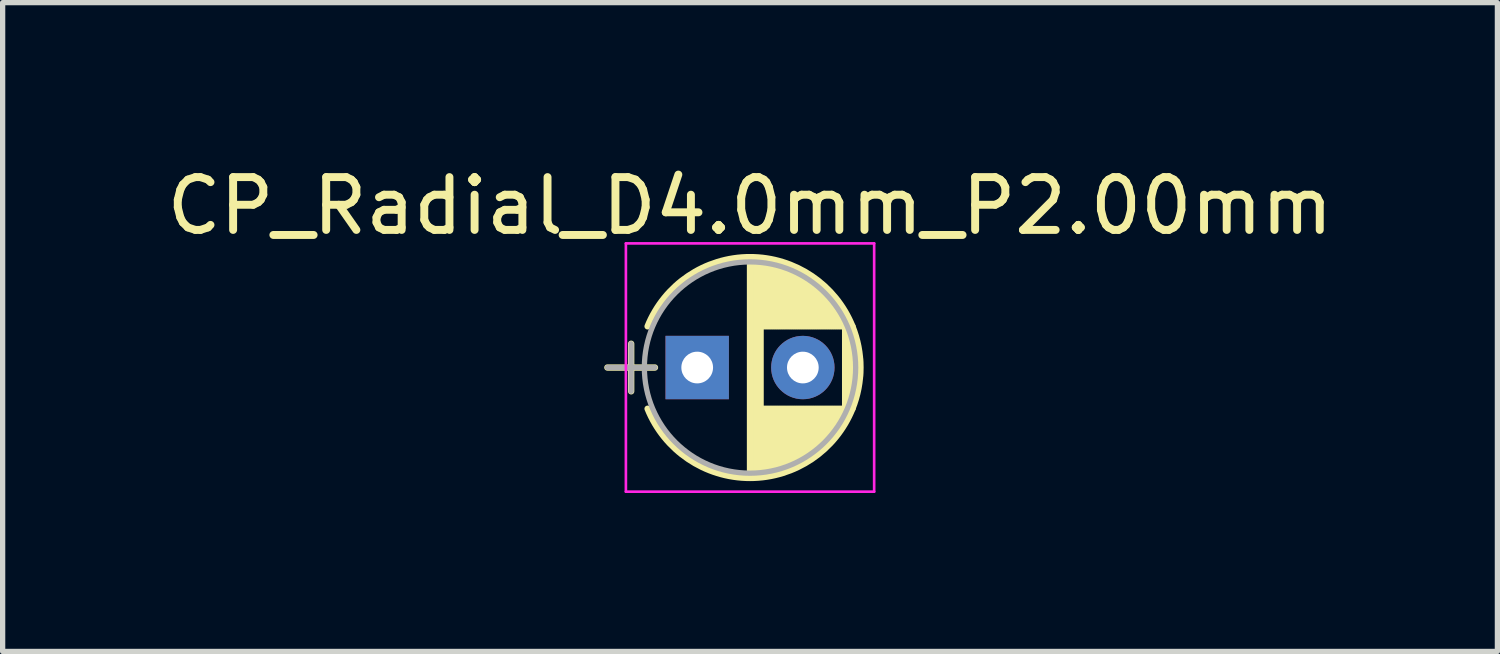
<source format=kicad_pcb>
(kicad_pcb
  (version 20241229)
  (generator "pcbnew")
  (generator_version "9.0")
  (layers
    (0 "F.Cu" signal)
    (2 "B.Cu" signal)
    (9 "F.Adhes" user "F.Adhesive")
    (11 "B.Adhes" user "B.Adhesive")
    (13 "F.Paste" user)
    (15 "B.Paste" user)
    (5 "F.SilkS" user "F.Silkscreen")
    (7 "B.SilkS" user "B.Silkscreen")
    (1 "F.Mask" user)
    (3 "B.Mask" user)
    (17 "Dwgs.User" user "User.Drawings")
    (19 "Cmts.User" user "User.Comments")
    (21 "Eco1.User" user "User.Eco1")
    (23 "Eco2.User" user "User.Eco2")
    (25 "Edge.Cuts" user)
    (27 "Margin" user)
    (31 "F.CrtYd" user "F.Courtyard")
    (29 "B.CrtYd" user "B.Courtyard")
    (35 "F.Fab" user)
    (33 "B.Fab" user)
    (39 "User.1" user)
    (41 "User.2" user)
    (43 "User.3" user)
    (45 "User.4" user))
  (footprint "CP_Radial_D4.0mm_P2.00mm"
    (layer "F.Cu")
    (at 10.149 3.908)
    (property "Reference" "CP_Radial_D4.0mm_P2.00mm" (at 1 -3.06 0) (layer "F.SilkS") (effects (font (size 1 1) (thickness 0.15))))
    (attr through_hole)
    (fp_line (start -1.7 0) (end -0.8 0) (stroke (width 0.12) (type solid)) (layer "F.SilkS"))
    (fp_line (start -1.25 -0.45) (end -1.25 0.45) (stroke (width 0.12) (type solid)) (layer "F.SilkS"))
    (fp_line (start 1 -2.05) (end 1 2.05) (stroke (width 0.12) (type solid)) (layer "F.SilkS"))
    (fp_line (start 1.04 -2.05) (end 1.04 2.05) (stroke (width 0.12) (type solid)) (layer "F.SilkS"))
    (fp_line (start 1.08 -2.049) (end 1.08 2.049) (stroke (width 0.12) (type solid)) (layer "F.SilkS"))
    (fp_line (start 1.12 -2.047) (end 1.12 2.047) (stroke (width 0.12) (type solid)) (layer "F.SilkS"))
    (fp_line (start 1.16 -2.044) (end 1.16 2.044) (stroke (width 0.12) (type solid)) (layer "F.SilkS"))
    (fp_line (start 1.2 -2.041) (end 1.2 2.041) (stroke (width 0.12) (type solid)) (layer "F.SilkS"))
    (fp_line (start 1.24 -2.037) (end 1.24 -0.78) (stroke (width 0.12) (type solid)) (layer "F.SilkS"))
    (fp_line (start 1.24 0.78) (end 1.24 2.037) (stroke (width 0.12) (type solid)) (layer "F.SilkS"))
    (fp_line (start 1.28 -2.032) (end 1.28 -0.78) (stroke (width 0.12) (type solid)) (layer "F.SilkS"))
    (fp_line (start 1.28 0.78) (end 1.28 2.032) (stroke (width 0.12) (type solid)) (layer "F.SilkS"))
    (fp_line (start 1.32 -2.026) (end 1.32 -0.78) (stroke (width 0.12) (type solid)) (layer "F.SilkS"))
    (fp_line (start 1.32 0.78) (end 1.32 2.026) (stroke (width 0.12) (type solid)) (layer "F.SilkS"))
    (fp_line (start 1.36 -2.019) (end 1.36 -0.78) (stroke (width 0.12) (type solid)) (layer "F.SilkS"))
    (fp_line (start 1.36 0.78) (end 1.36 2.019) (stroke (width 0.12) (type solid)) (layer "F.SilkS"))
    (fp_line (start 1.4 -2.012) (end 1.4 -0.78) (stroke (width 0.12) (type solid)) (layer "F.SilkS"))
    (fp_line (start 1.4 0.78) (end 1.4 2.012) (stroke (width 0.12) (type solid)) (layer "F.SilkS"))
    (fp_line (start 1.44 -2.004) (end 1.44 -0.78) (stroke (width 0.12) (type solid)) (layer "F.SilkS"))
    (fp_line (start 1.44 0.78) (end 1.44 2.004) (stroke (width 0.12) (type solid)) (layer "F.SilkS"))
    (fp_line (start 1.48 -1.995) (end 1.48 -0.78) (stroke (width 0.12) (type solid)) (layer "F.SilkS"))
    (fp_line (start 1.48 0.78) (end 1.48 1.995) (stroke (width 0.12) (type solid)) (layer "F.SilkS"))
    (fp_line (start 1.52 -1.985) (end 1.52 -0.78) (stroke (width 0.12) (type solid)) (layer "F.SilkS"))
    (fp_line (start 1.52 0.78) (end 1.52 1.985) (stroke (width 0.12) (type solid)) (layer "F.SilkS"))
    (fp_line (start 1.56 -1.974) (end 1.56 -0.78) (stroke (width 0.12) (type solid)) (layer "F.SilkS"))
    (fp_line (start 1.56 0.78) (end 1.56 1.974) (stroke (width 0.12) (type solid)) (layer "F.SilkS"))
    (fp_line (start 1.6 -1.963) (end 1.6 -0.78) (stroke (width 0.12) (type solid)) (layer "F.SilkS"))
    (fp_line (start 1.6 0.78) (end 1.6 1.963) (stroke (width 0.12) (type solid)) (layer "F.SilkS"))
    (fp_line (start 1.64 -1.95) (end 1.64 -0.78) (stroke (width 0.12) (type solid)) (layer "F.SilkS"))
    (fp_line (start 1.64 0.78) (end 1.64 1.95) (stroke (width 0.12) (type solid)) (layer "F.SilkS"))
    (fp_line (start 1.68 -1.937) (end 1.68 -0.78) (stroke (width 0.12) (type solid)) (layer "F.SilkS"))
    (fp_line (start 1.68 0.78) (end 1.68 1.937) (stroke (width 0.12) (type solid)) (layer "F.SilkS"))
    (fp_line (start 1.721 -1.923) (end 1.721 -0.78) (stroke (width 0.12) (type solid)) (layer "F.SilkS"))
    (fp_line (start 1.721 0.78) (end 1.721 1.923) (stroke (width 0.12) (type solid)) (layer "F.SilkS"))
    (fp_line (start 1.761 -1.907) (end 1.761 -0.78) (stroke (width 0.12) (type solid)) (layer "F.SilkS"))
    (fp_line (start 1.761 0.78) (end 1.761 1.907) (stroke (width 0.12) (type solid)) (layer "F.SilkS"))
    (fp_line (start 1.801 -1.891) (end 1.801 -0.78) (stroke (width 0.12) (type solid)) (layer "F.SilkS"))
    (fp_line (start 1.801 0.78) (end 1.801 1.891) (stroke (width 0.12) (type solid)) (layer "F.SilkS"))
    (fp_line (start 1.841 -1.874) (end 1.841 -0.78) (stroke (width 0.12) (type solid)) (layer "F.SilkS"))
    (fp_line (start 1.841 0.78) (end 1.841 1.874) (stroke (width 0.12) (type solid)) (layer "F.SilkS"))
    (fp_line (start 1.881 -1.856) (end 1.881 -0.78) (stroke (width 0.12) (type solid)) (layer "F.SilkS"))
    (fp_line (start 1.881 0.78) (end 1.881 1.856) (stroke (width 0.12) (type solid)) (layer "F.SilkS"))
    (fp_line (start 1.921 -1.837) (end 1.921 -0.78) (stroke (width 0.12) (type solid)) (layer "F.SilkS"))
    (fp_line (start 1.921 0.78) (end 1.921 1.837) (stroke (width 0.12) (type solid)) (layer "F.SilkS"))
    (fp_line (start 1.961 -1.817) (end 1.961 -0.78) (stroke (width 0.12) (type solid)) (layer "F.SilkS"))
    (fp_line (start 1.961 0.78) (end 1.961 1.817) (stroke (width 0.12) (type solid)) (layer "F.SilkS"))
    (fp_line (start 2.001 -1.796) (end 2.001 -0.78) (stroke (width 0.12) (type solid)) (layer "F.SilkS"))
    (fp_line (start 2.001 0.78) (end 2.001 1.796) (stroke (width 0.12) (type solid)) (layer "F.SilkS"))
    (fp_line (start 2.041 -1.773) (end 2.041 -0.78) (stroke (width 0.12) (type solid)) (layer "F.SilkS"))
    (fp_line (start 2.041 0.78) (end 2.041 1.773) (stroke (width 0.12) (type solid)) (layer "F.SilkS"))
    (fp_line (start 2.081 -1.75) (end 2.081 -0.78) (stroke (width 0.12) (type solid)) (layer "F.SilkS"))
    (fp_line (start 2.081 0.78) (end 2.081 1.75) (stroke (width 0.12) (type solid)) (layer "F.SilkS"))
    (fp_line (start 2.121 -1.725) (end 2.121 -0.78) (stroke (width 0.12) (type solid)) (layer "F.SilkS"))
    (fp_line (start 2.121 0.78) (end 2.121 1.725) (stroke (width 0.12) (type solid)) (layer "F.SilkS"))
    (fp_line (start 2.161 -1.699) (end 2.161 -0.78) (stroke (width 0.12) (type solid)) (layer "F.SilkS"))
    (fp_line (start 2.161 0.78) (end 2.161 1.699) (stroke (width 0.12) (type solid)) (layer "F.SilkS"))
    (fp_line (start 2.201 -1.672) (end 2.201 -0.78) (stroke (width 0.12) (type solid)) (layer "F.SilkS"))
    (fp_line (start 2.201 0.78) (end 2.201 1.672) (stroke (width 0.12) (type solid)) (layer "F.SilkS"))
    (fp_line (start 2.241 -1.643) (end 2.241 -0.78) (stroke (width 0.12) (type solid)) (layer "F.SilkS"))
    (fp_line (start 2.241 0.78) (end 2.241 1.643) (stroke (width 0.12) (type solid)) (layer "F.SilkS"))
    (fp_line (start 2.281 -1.613) (end 2.281 -0.78) (stroke (width 0.12) (type solid)) (layer "F.SilkS"))
    (fp_line (start 2.281 0.78) (end 2.281 1.613) (stroke (width 0.12) (type solid)) (layer "F.SilkS"))
    (fp_line (start 2.321 -1.581) (end 2.321 -0.78) (stroke (width 0.12) (type solid)) (layer "F.SilkS"))
    (fp_line (start 2.321 0.78) (end 2.321 1.581) (stroke (width 0.12) (type solid)) (layer "F.SilkS"))
    (fp_line (start 2.361 -1.547) (end 2.361 -0.78) (stroke (width 0.12) (type solid)) (layer "F.SilkS"))
    (fp_line (start 2.361 0.78) (end 2.361 1.547) (stroke (width 0.12) (type solid)) (layer "F.SilkS"))
    (fp_line (start 2.401 -1.512) (end 2.401 -0.78) (stroke (width 0.12) (type solid)) (layer "F.SilkS"))
    (fp_line (start 2.401 0.78) (end 2.401 1.512) (stroke (width 0.12) (type solid)) (layer "F.SilkS"))
    (fp_line (start 2.441 -1.475) (end 2.441 -0.78) (stroke (width 0.12) (type solid)) (layer "F.SilkS"))
    (fp_line (start 2.441 0.78) (end 2.441 1.475) (stroke (width 0.12) (type solid)) (layer "F.SilkS"))
    (fp_line (start 2.481 -1.436) (end 2.481 -0.78) (stroke (width 0.12) (type solid)) (layer "F.SilkS"))
    (fp_line (start 2.481 0.78) (end 2.481 1.436) (stroke (width 0.12) (type solid)) (layer "F.SilkS"))
    (fp_line (start 2.521 -1.395) (end 2.521 -0.78) (stroke (width 0.12) (type solid)) (layer "F.SilkS"))
    (fp_line (start 2.521 0.78) (end 2.521 1.395) (stroke (width 0.12) (type solid)) (layer "F.SilkS"))
    (fp_line (start 2.561 -1.351) (end 2.561 -0.78) (stroke (width 0.12) (type solid)) (layer "F.SilkS"))
    (fp_line (start 2.561 0.78) (end 2.561 1.351) (stroke (width 0.12) (type solid)) (layer "F.SilkS"))
    (fp_line (start 2.601 -1.305) (end 2.601 -0.78) (stroke (width 0.12) (type solid)) (layer "F.SilkS"))
    (fp_line (start 2.601 0.78) (end 2.601 1.305) (stroke (width 0.12) (type solid)) (layer "F.SilkS"))
    (fp_line (start 2.641 -1.256) (end 2.641 -0.78) (stroke (width 0.12) (type solid)) (layer "F.SilkS"))
    (fp_line (start 2.641 0.78) (end 2.641 1.256) (stroke (width 0.12) (type solid)) (layer "F.SilkS"))
    (fp_line (start 2.681 -1.204) (end 2.681 -0.78) (stroke (width 0.12) (type solid)) (layer "F.SilkS"))
    (fp_line (start 2.681 0.78) (end 2.681 1.204) (stroke (width 0.12) (type solid)) (layer "F.SilkS"))
    (fp_line (start 2.721 -1.148) (end 2.721 -0.78) (stroke (width 0.12) (type solid)) (layer "F.SilkS"))
    (fp_line (start 2.721 0.78) (end 2.721 1.148) (stroke (width 0.12) (type solid)) (layer "F.SilkS"))
    (fp_line (start 2.761 -1.088) (end 2.761 -0.78) (stroke (width 0.12) (type solid)) (layer "F.SilkS"))
    (fp_line (start 2.761 0.78) (end 2.761 1.088) (stroke (width 0.12) (type solid)) (layer "F.SilkS"))
    (fp_line (start 2.801 -1.023) (end 2.801 1.023) (stroke (width 0.12) (type solid)) (layer "F.SilkS"))
    (fp_line (start 2.841 -0.952) (end 2.841 0.952) (stroke (width 0.12) (type solid)) (layer "F.SilkS"))
    (fp_line (start 2.881 -0.874) (end 2.881 0.874) (stroke (width 0.12) (type solid)) (layer "F.SilkS"))
    (fp_line (start 2.921 -0.786) (end 2.921 0.786) (stroke (width 0.12) (type solid)) (layer "F.SilkS"))
    (fp_line (start 2.961 -0.686) (end 2.961 0.686) (stroke (width 0.12) (type solid)) (layer "F.SilkS"))
    (fp_line (start 3.001 -0.567) (end 3.001 0.567) (stroke (width 0.12) (type solid)) (layer "F.SilkS"))
    (fp_line (start 3.041 -0.415) (end 3.041 0.415) (stroke (width 0.12) (type solid)) (layer "F.SilkS"))
    (fp_line (start 3.081 -0.165) (end 3.081 0.165) (stroke (width 0.12) (type solid)) (layer "F.SilkS"))
    (fp_arc (start -0.938995 -0.78) (mid 1.000491 -2.09) (end 2.939361 -0.779089) (stroke (width 0.12) (type solid)) (layer "F.SilkS"))
    (fp_arc (start 2.938995 -0.78) (mid 3.09 -0.000491) (end 2.939361 0.779089) (stroke (width 0.12) (type solid)) (layer "F.SilkS"))
    (fp_arc (start 2.939361 0.779089) (mid 1.000491 2.09) (end -0.938995 0.78) (stroke (width 0.12) (type solid)) (layer "F.SilkS"))
    (fp_line (start -1.35 -2.35) (end -1.35 2.35) (stroke (width 0.05) (type solid)) (layer "F.CrtYd"))
    (fp_line (start -1.35 2.35) (end 3.35 2.35) (stroke (width 0.05) (type solid)) (layer "F.CrtYd"))
    (fp_line (start 3.35 -2.35) (end -1.35 -2.35) (stroke (width 0.05) (type solid)) (layer "F.CrtYd"))
    (fp_line (start 3.35 2.35) (end 3.35 -2.35) (stroke (width 0.05) (type solid)) (layer "F.CrtYd"))
    (fp_line (start -1.7 0) (end -0.8 0) (stroke (width 0.1) (type solid)) (layer "F.Fab"))
    (fp_line (start -1.25 -0.45) (end -1.25 0.45) (stroke (width 0.1) (type solid)) (layer "F.Fab"))
    (fp_circle (center 1 0) (end 3 0) (stroke (width 0.1) (type solid)) (fill no) (layer "F.Fab"))
    (pad "1" thru_hole rect (at 0 0) (size 1.2 1.2) (drill 0.6) (layers "*.Cu" "*.Mask"))
    (pad "2" thru_hole circle (at 2 0) (size 1.2 1.2) (drill 0.6) (layers "*.Cu" "*.Mask")))
  (gr_rect
    (start -3 -3)
    (end 25.298 9.283)
    (stroke (width 0.1) (type default))
    (fill no)
    (layer "Edge.Cuts")))
</source>
